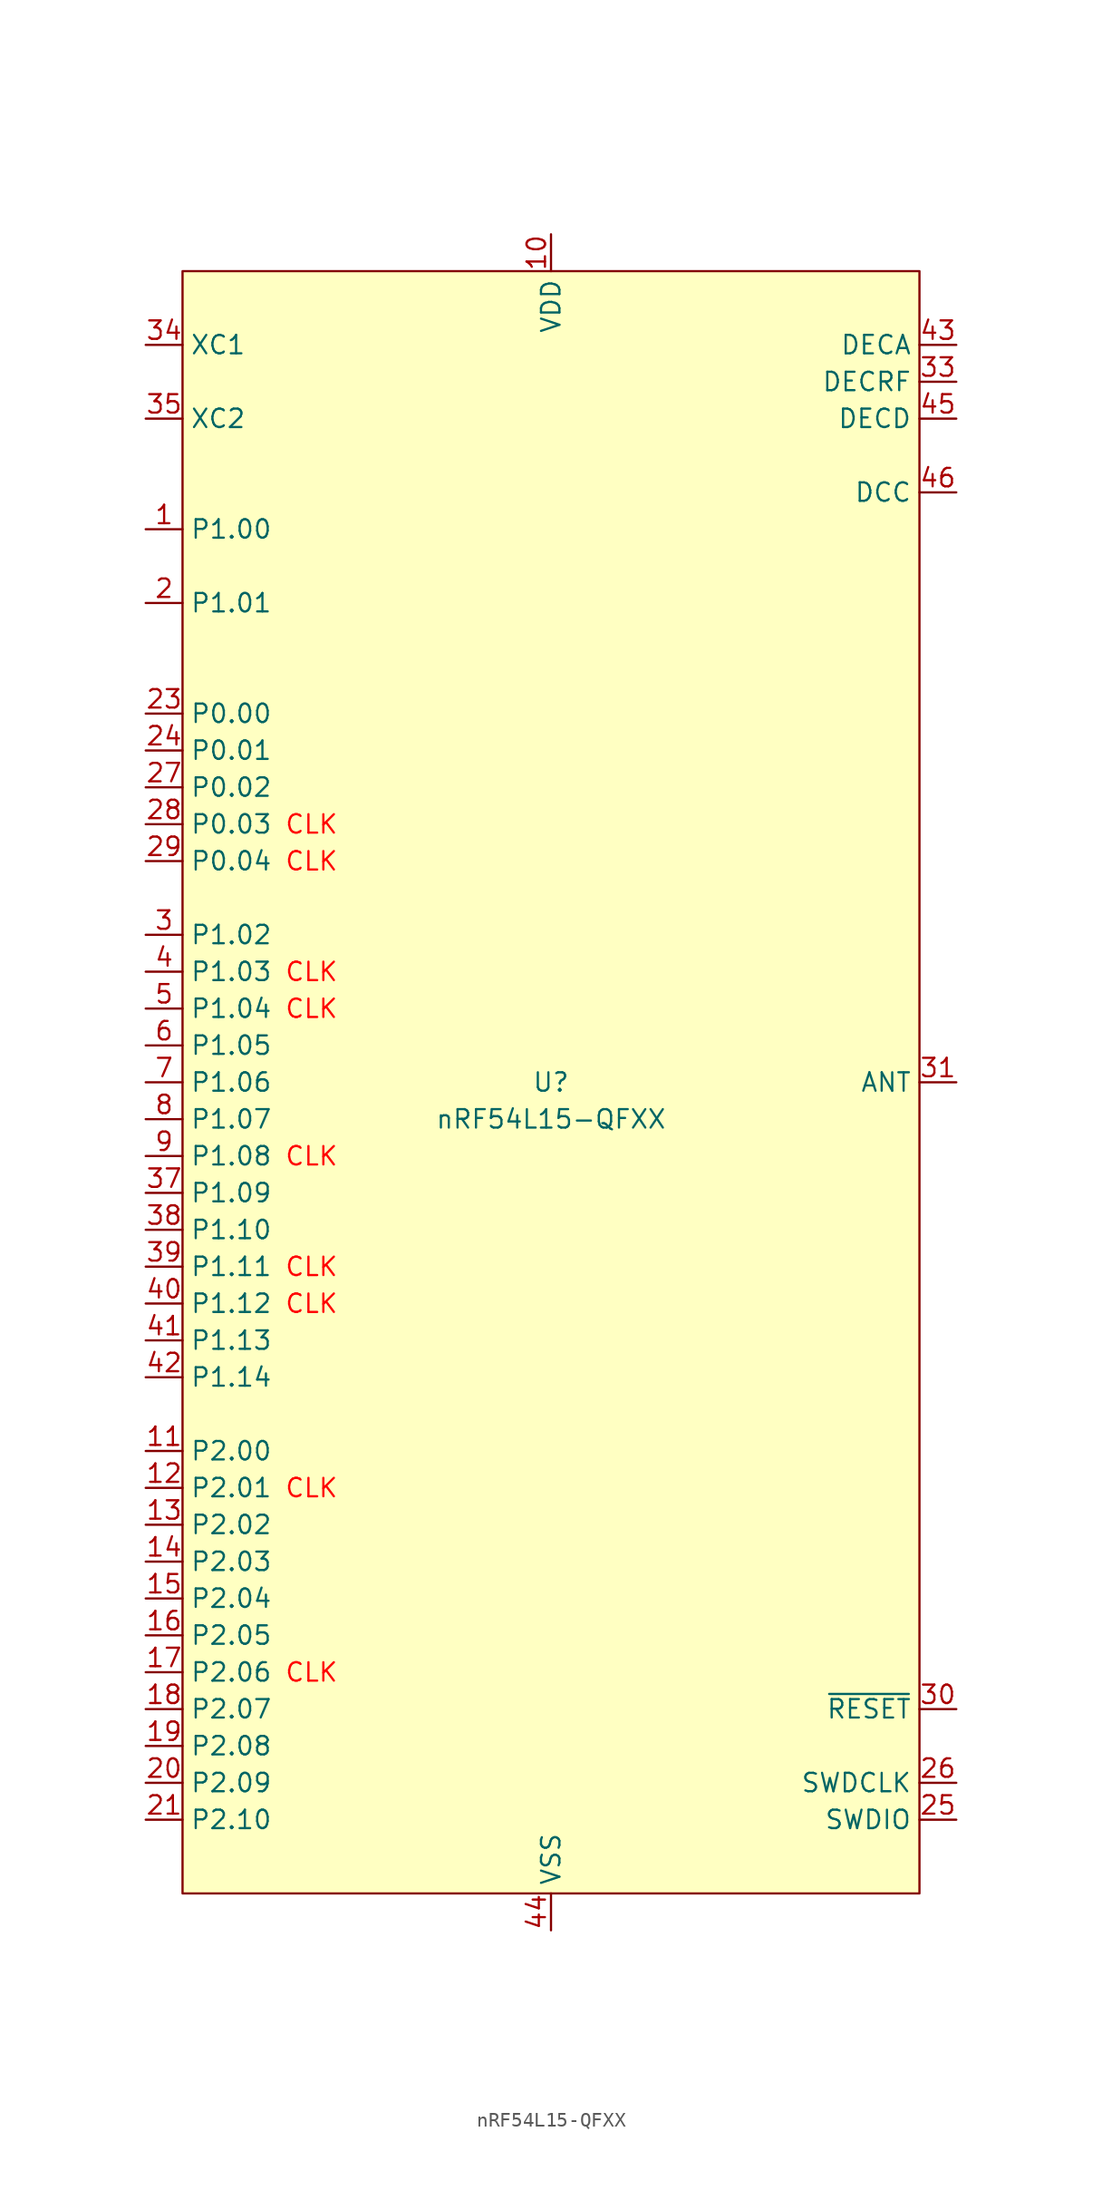
<source format=kicad_sym>
(kicad_symbol_lib
  (version 20231120)
  (generator "kicad_symbol_editor")
  (generator_version "8.99")
  (symbol "nRF54L15-QFXX"
    (property "Reference" "U"
      (at 0 0 0)
      (do_not_autoplace)
      (effects (font (size 1.27 1.27))))
    (property "Value" "nRF54L15-QFXX"
      (at 0 -2.54 0)
      (do_not_autoplace)
      (effects (font (size 1.27 1.27))))
    (symbol "nRF54L15-QFXX_0_0"
      (pin bidirectional line (at -27.94 50.8 0) (length 2.54) (name "XC1" (effects (font (size 1.27 1.27)))) (number "34" (effects (font (size 1.27 1.27)))))
      (pin bidirectional line (at -27.94 45.72 0) (length 2.54) (name "XC2" (effects (font (size 1.27 1.27)))) (number "35" (effects (font (size 1.27 1.27)))))
      (pin bidirectional line (at -27.94 25.4 0) (length 2.54) (name "P0.00" (effects (font (size 1.27 1.27)))) (number "23" (effects (font (size 1.27 1.27)))))
      (pin bidirectional line (at -27.94 22.86 0) (length 2.54) (name "P0.01" (effects (font (size 1.27 1.27)))) (number "24" (effects (font (size 1.27 1.27)))))
      (pin bidirectional line (at -27.94 20.32 0) (length 2.54) (name "P0.02" (effects (font (size 1.27 1.27)))) (number "27" (effects (font (size 1.27 1.27)))))
      (pin passive line (at 0 -58.42 90) (length 2.54) hide (name "VSS_PA" (effects (font (size 1.27 1.27)))) (number "32" (effects (font (size 1.27 1.27)))))
      (pin power_in line (at 0 -58.42 90) (length 2.54) (name "VSS" (effects (font (size 1.27 1.27)))) (number "44" (effects (font (size 1.27 1.27)))))
      (pin passive line (at 27.94 50.8 180) (length 2.54) (name "DECA" (effects (font (size 1.27 1.27)))) (number "43" (effects (font (size 1.27 1.27)))))
      (pin passive line (at 27.94 48.26 180) (length 2.54) (name "DECRF" (effects (font (size 1.27 1.27)))) (number "33" (effects (font (size 1.27 1.27)))))
      (pin passive line (at 27.94 45.72 180) (length 2.54) (name "DECD" (effects (font (size 1.27 1.27)))) (number "45" (effects (font (size 1.27 1.27)))))
      (pin power_out line (at 27.94 40.64 180) (length 2.54) (name "DCC" (effects (font (size 1.27 1.27)))) (number "46" (effects (font (size 1.27 1.27)))))
      (pin output line (at 27.94 0 180) (length 2.54) (name "ANT" (effects (font (size 1.27 1.27)))) (number "31" (effects (font (size 1.27 1.27)))))
      (pin input line (at 27.94 -43.18 180) (length 2.54) (name "~{RESET}" (effects (font (size 1.27 1.27)))) (number "30" (effects (font (size 1.27 1.27)))))
      (pin bidirectional line (at 27.94 -50.8 180) (length 2.54) (name "SWDIO" (effects (font (size 1.27 1.27)))) (number "25" (effects (font (size 1.27 1.27))))))
    (symbol "nRF54L15-QFXX_1_0"
      (pin bidirectional line (at -27.94 38.1 0) (length 2.54) (name "P1.00" (effects (font (size 1.27 1.27)))) (number "1" (effects (font (size 1.27 1.27)))) (alternate "XL1" bidirectional line))
      (pin bidirectional line (at -27.94 33.02 0) (length 2.54) (name "P1.01" (effects (font (size 1.27 1.27)))) (number "2" (effects (font (size 1.27 1.27)))) (alternate "XL2" bidirectional line))
      (pin bidirectional line (at -27.94 17.78 0) (length 2.54) (name "P0.03" (effects (font (size 1.27 1.27)))) (number "28" (effects (font (size 1.27 1.27)))) (alternate "GRTCPWM" output line))
      (pin bidirectional line (at -27.94 15.24 0) (length 2.54) (name "P0.04" (effects (font (size 1.27 1.27)))) (number "29" (effects (font (size 1.27 1.27)))) (alternate "GRTCLFCLKOUT" output line))
      (pin bidirectional line (at -27.94 10.16 0) (length 2.54) (name "P1.02" (effects (font (size 1.27 1.27)))) (number "3" (effects (font (size 1.27 1.27)))) (alternate "NFC1" bidirectional line))
      (pin bidirectional line (at -27.94 7.62 0) (length 2.54) (name "P1.03" (effects (font (size 1.27 1.27)))) (number "4" (effects (font (size 1.27 1.27)))) (alternate "NFC2" bidirectional line))
      (pin bidirectional line (at -27.94 5.08 0) (length 2.54) (name "P1.04" (effects (font (size 1.27 1.27)))) (number "5" (effects (font (size 1.27 1.27)))) (alternate "AIN0" input line) (alternate "ASO[0]" output line))
      (pin bidirectional line (at -27.94 2.54 0) (length 2.54) (name "P1.05" (effects (font (size 1.27 1.27)))) (number "6" (effects (font (size 1.27 1.27)))) (alternate "AIN1" bidirectional line) (alternate "ASI[0]" input line))
      (pin bidirectional line (at -27.94 0 0) (length 2.54) (name "P1.06" (effects (font (size 1.27 1.27)))) (number "7" (effects (font (size 1.27 1.27)))) (alternate "AIN2" input line) (alternate "ASO[1]" output line))
      (pin bidirectional line (at -27.94 -2.54 0) (length 2.54) (name "P1.07" (effects (font (size 1.27 1.27)))) (number "8" (effects (font (size 1.27 1.27)))) (alternate "AIN3" input line) (alternate "ASI[1]" input line))
      (pin bidirectional line (at -27.94 -5.08 0) (length 2.54) (name "P1.08" (effects (font (size 1.27 1.27)))) (number "9" (effects (font (size 1.27 1.27)))) (alternate "EXTREF" input line) (alternate "GRTCHFOUT" output line) (alternate "TAMPC.EXT" bidirectional line))
      (pin bidirectional line (at -27.94 -7.62 0) (length 2.54) (name "P1.09" (effects (font (size 1.27 1.27)))) (number "37" (effects (font (size 1.27 1.27)))) (alternate "ASO[2]" output line))
      (pin bidirectional line (at -27.94 -10.16 0) (length 2.54) (name "P1.10" (effects (font (size 1.27 1.27)))) (number "38" (effects (font (size 1.27 1.27)))) (alternate "ASI[2]" input line))
      (pin bidirectional line (at -27.94 -12.7 0) (length 2.54) (name "P1.11" (effects (font (size 1.27 1.27)))) (number "39" (effects (font (size 1.27 1.27)))) (alternate "AIN4" input line) (alternate "ASO[3]" output line))
      (pin bidirectional line (at -27.94 -15.24 0) (length 2.54) (name "P1.12" (effects (font (size 1.27 1.27)))) (number "40" (effects (font (size 1.27 1.27)))) (alternate "AIN5" input line) (alternate "ASI[3]" input line))
      (pin bidirectional line (at -27.94 -17.78 0) (length 2.54) (name "P1.13" (effects (font (size 1.27 1.27)))) (number "41" (effects (font (size 1.27 1.27)))) (alternate "AIN6" input line))
      (pin bidirectional line (at -27.94 -20.32 0) (length 2.54) (name "P1.14" (effects (font (size 1.27 1.27)))) (number "42" (effects (font (size 1.27 1.27)))) (alternate "AIN7" input line))
      (pin bidirectional line (at -27.94 -25.4 0) (length 2.54) (name "P2.00" (effects (font (size 1.27 1.27)))) (number "11" (effects (font (size 1.27 1.27)))) (alternate "QSPI_D3" bidirectional line) (alternate "SPIM_DCX" output line) (alternate "UARTE_RXD" input line))
      (pin bidirectional line (at -27.94 -27.94 0) (length 2.54) (name "P2.01" (effects (font (size 1.27 1.27)))) (number "12" (effects (font (size 1.27 1.27)))) (alternate "QSPI_SCK" output line) (alternate "SPIM_SCK" output line) (alternate "SPIS_SCK" output line))
      (pin bidirectional line (at -27.94 -30.48 0) (length 2.54) (name "P2.02" (effects (font (size 1.27 1.27)))) (number "13" (effects (font (size 1.27 1.27)))) (alternate "QSPI_D0" bidirectional line) (alternate "SPIM_MOSI" output line) (alternate "SPIS_MISO" output line) (alternate "SWO" output line) (alternate "UARTE_TXD" output line))
      (pin bidirectional line (at -27.94 -33.02 0) (length 2.54) (name "P2.03" (effects (font (size 1.27 1.27)))) (number "14" (effects (font (size 1.27 1.27)))) (alternate "QSPI_D2" bidirectional line))
      (pin bidirectional line (at -27.94 -35.56 0) (length 2.54) (name "P2.04" (effects (font (size 1.27 1.27)))) (number "15" (effects (font (size 1.27 1.27)))) (alternate "QSPI_D1" bidirectional line) (alternate "SPIM_MISO" input line) (alternate "SPIS_MOSI" input line) (alternate "UARTE_CTS" input line))
      (pin bidirectional line (at -27.94 -38.1 0) (length 2.54) (name "P2.05" (effects (font (size 1.27 1.27)))) (number "16" (effects (font (size 1.27 1.27)))) (alternate "QSPI_CS" output line) (alternate "SPIM_CS" output line) (alternate "UARTE_RTS" output line))
      (pin bidirectional line (at -27.94 -40.64 0) (length 2.54) (name "P2.06" (effects (font (size 1.27 1.27)))) (number "17" (effects (font (size 1.27 1.27)))) (alternate "SPIM_SCK" output line) (alternate "SPIS_SCK" input line) (alternate "TRACE_CLK" input line))
      (pin bidirectional line (at -27.94 -43.18 0) (length 2.54) (name "P2.07" (effects (font (size 1.27 1.27)))) (number "18" (effects (font (size 1.27 1.27)))) (alternate "SPIM_DCX" output line) (alternate "SWO" output line) (alternate "TRACEDATA[0]" output line) (alternate "UARTE_RXD" input line))
      (pin bidirectional line (at -27.94 -45.72 0) (length 2.54) (name "P2.08" (effects (font (size 1.27 1.27)))) (number "19" (effects (font (size 1.27 1.27)))) (alternate "SPIM_MOSI" output line) (alternate "SPIS_MISO" input line) (alternate "TRACEDATA[1]" output line) (alternate "UARTE_TXD" output line))
      (pin bidirectional line (at -27.94 -48.26 0) (length 2.54) (name "P2.09" (effects (font (size 1.27 1.27)))) (number "20" (effects (font (size 1.27 1.27)))) (alternate "SPIM_MISO" input line) (alternate "SPIS_MOSI" input line) (alternate "TRACEDATA[2]" output line) (alternate "UARTE_CTS" input line))
      (pin bidirectional line (at -27.94 -50.8 0) (length 2.54) (name "P2.10" (effects (font (size 1.27 1.27)))) (number "21" (effects (font (size 1.27 1.27)))) (alternate "SPIM_CS" output line) (alternate "TRACEDATA[3]" output line) (alternate "UARTE_RTS" output line))
      (pin power_in line (at 0 58.42 270) (length 2.54) (name "VDD" (effects (font (size 1.27 1.27)))) (number "10" (effects (font (size 1.27 1.27)))))
      (pin passive line (at 0 58.42 270) (length 2.54) hide (name "VDD" (effects (font (size 1.27 1.27)))) (number "22" (effects (font (size 1.27 1.27)))))
      (pin passive line (at 0 58.42 270) (length 2.54) hide (name "VDD" (effects (font (size 1.27 1.27)))) (number "36" (effects (font (size 1.27 1.27)))))
      (pin passive line (at 0 58.42 270) (length 2.54) hide (name "VDD" (effects (font (size 1.27 1.27)))) (number "47" (effects (font (size 1.27 1.27)))))
      (pin passive line (at 0 58.42 270) (length 2.54) hide (name "VDD" (effects (font (size 1.27 1.27)))) (number "48" (effects (font (size 1.27 1.27)))))
      (pin passive line (at 0 -58.42 90) (length 2.54) hide (name "VSS" (effects (font (size 1.27 1.27)))) (number "49" (effects (font (size 1.27 1.27)))))
      (pin input line (at 27.94 -48.26 180) (length 2.54) (name "SWDCLK" (effects (font (size 1.27 1.27)))) (number "26" (effects (font (size 1.27 1.27))))))
    (symbol "nRF54L15-QFXX_1_1"
      (rectangle (start -25.4 55.88) (end 25.4 -55.88) (stroke (width 0) (type default)) (fill (type background)))
      (text "CLK" (at -16.51 17.78 0) (effects (font (size 1.27 1.27) (color 255 0 0 1))))
      (text "CLK" (at -16.51 15.24 0) (effects (font (size 1.27 1.27) (color 255 0 0 1))))
      (text "CLK" (at -16.51 7.62 0) (effects (font (size 1.27 1.27) (color 255 0 0 1))))
      (text "CLK" (at -16.51 5.08 0) (effects (font (size 1.27 1.27) (color 255 0 0 1))))
      (text "CLK" (at -16.51 -5.08 0) (effects (font (size 1.27 1.27) (color 255 0 0 1))))
      (text "CLK" (at -16.51 -12.7 0) (effects (font (size 1.27 1.27) (color 255 0 0 1))))
      (text "CLK" (at -16.51 -15.24 0) (effects (font (size 1.27 1.27) (color 255 0 0 1))))
      (text "CLK" (at -16.51 -27.94 0) (effects (font (size 1.27 1.27) (color 255 0 0 1))))
      (text "CLK" (at -16.51 -40.64 0) (effects (font (size 1.27 1.27) (color 255 0 0 1)))))))
</source>
